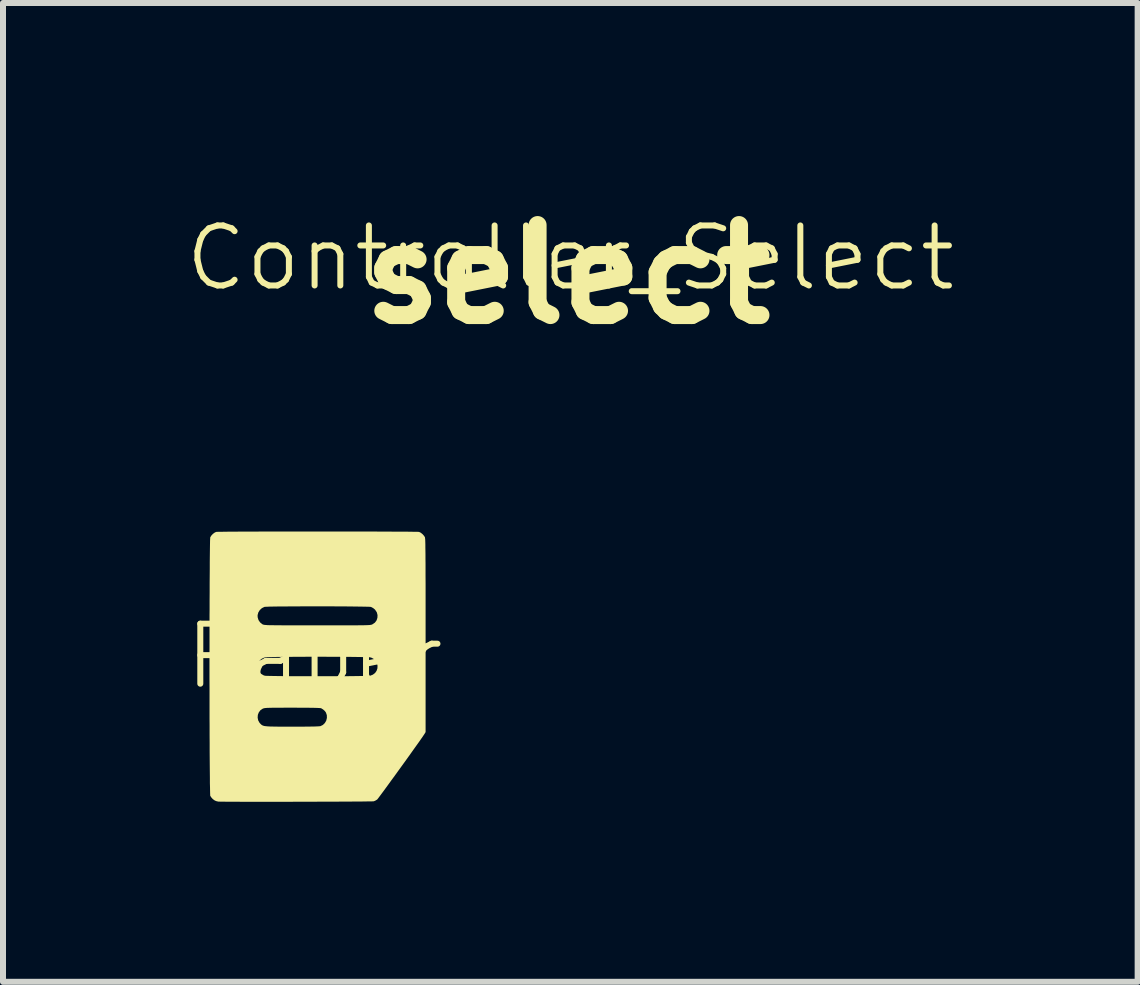
<source format=kicad_pcb>
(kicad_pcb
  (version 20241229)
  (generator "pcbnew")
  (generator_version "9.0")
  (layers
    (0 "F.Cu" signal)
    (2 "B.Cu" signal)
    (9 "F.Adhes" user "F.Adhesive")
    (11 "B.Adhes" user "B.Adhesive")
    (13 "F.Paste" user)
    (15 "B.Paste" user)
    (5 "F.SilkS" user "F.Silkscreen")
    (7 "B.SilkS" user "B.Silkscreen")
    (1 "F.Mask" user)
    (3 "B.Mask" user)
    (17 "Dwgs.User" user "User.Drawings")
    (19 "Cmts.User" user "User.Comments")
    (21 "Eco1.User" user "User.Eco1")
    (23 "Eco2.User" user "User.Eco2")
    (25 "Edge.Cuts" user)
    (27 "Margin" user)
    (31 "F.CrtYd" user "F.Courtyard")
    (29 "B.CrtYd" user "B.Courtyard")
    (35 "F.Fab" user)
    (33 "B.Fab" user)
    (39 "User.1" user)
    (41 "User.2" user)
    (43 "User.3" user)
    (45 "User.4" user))
  (footprint "Controller_Select"
    (layer "F.Cu")
    (at 6.455 1.75)
    (property "Reference" "Controller_Select" (at 0 -0.5 0) (unlocked yes) (layer "F.SilkS") (effects (font (size 1 1) (thickness 0.1))))
    (attr smd)
    (fp_text user "select" (at -3.6 0.65 0) (unlocked yes) (layer "F.SilkS") (effects (font (size 1.5 1.5) (thickness 0.3) (bold yes)) (justify left bottom))))
  (footprint "Paper"
    (layer "F.Cu")
    (at 2.193 8.387)
    (property "Reference" "Paper" (at 0 -0.5 0) (unlocked yes) (layer "F.SilkS") (effects (font (size 1 1) (thickness 0.1))))
    (attr smd)
    (fp_poly (pts (xy 0.203 -2.579) (xy 0.35 -2.579) (xy 0.495 -2.579) (xy 0.637 -2.578) (xy 0.774 -2.578) (xy 0.907 -2.578) (xy 1.033 -2.578) (xy 1.153 -2.577) (xy 1.264 -2.577) (xy 1.366 -2.576) (xy 1.458 -2.576) (xy 1.539 -2.576) (xy 1.608 -2.575) (xy 1.663 -2.574) (xy 1.705 -2.574) (xy 1.731 -2.573) (xy 1.741 -2.572) (xy 1.769 -2.559) (xy 1.799 -2.535) (xy 1.824 -2.507) (xy 1.839 -2.483) (xy 1.84 -2.477) (xy 1.841 -2.466) (xy 1.843 -2.45) (xy 1.844 -2.428) (xy 1.845 -2.398) (xy 1.846 -2.361) (xy 1.846 -2.316) (xy 1.847 -2.261) (xy 1.848 -2.198) (xy 1.848 -2.123) (xy 1.849 -2.038) (xy 1.849 -1.942) (xy 1.849 -1.833) (xy 1.85 -1.71) (xy 1.85 -1.575) (xy 1.85 -1.425) (xy 1.85 -1.26) (xy 1.85 -1.079) (xy 1.85 -0.882) (xy 1.85 -0.845) (xy 1.85 0.764) (xy 1.832 0.794) (xy 1.82 0.812) (xy 1.8 0.842) (xy 1.772 0.882) (xy 1.738 0.931) (xy 1.697 0.988) (xy 1.652 1.051) (xy 1.603 1.12) (xy 1.551 1.193) (xy 1.497 1.268) (xy 1.442 1.344) (xy 1.387 1.42) (xy 1.333 1.495) (xy 1.28 1.567) (xy 1.231 1.635) (xy 1.185 1.698) (xy 1.144 1.754) (xy 1.109 1.801) (xy 1.08 1.84) (xy 1.059 1.868) (xy 1.046 1.884) (xy 1.044 1.887) (xy 1.017 1.904) (xy 0.988 1.917) (xy 0.986 1.917) (xy 0.975 1.918) (xy 0.948 1.919) (xy 0.906 1.919) (xy 0.85 1.92) (xy 0.782 1.921) (xy 0.702 1.921) (xy 0.613 1.922) (xy 0.514 1.923) (xy 0.407 1.923) (xy 0.294 1.924) (xy 0.175 1.924) (xy 0.052 1.924) (xy -0.075 1.925) (xy -0.204 1.925) (xy -0.333 1.925) (xy -0.463 1.926) (xy -0.591 1.926) (xy -0.717 1.926) (xy -0.839 1.926) (xy -0.956 1.926) (xy -1.067 1.926) (xy -1.171 1.926) (xy -1.267 1.925) (xy -1.353 1.925) (xy -1.429 1.925) (xy -1.493 1.924) (xy -1.544 1.924) (xy -1.581 1.923) (xy -1.603 1.922) (xy -1.609 1.922) (xy -1.623 1.918) (xy -1.641 1.914) (xy -1.667 1.902) (xy -1.697 1.88) (xy -1.722 1.852) (xy -1.739 1.826) (xy -1.74 1.814) (xy -1.741 1.786) (xy -1.742 1.743) (xy -1.743 1.685) (xy -1.745 1.614) (xy -1.745 1.53) (xy -1.746 1.434) (xy -1.747 1.328) (xy -1.748 1.211) (xy -1.749 1.085) (xy -1.749 0.952) (xy -1.75 0.81) (xy -1.75 0.663) (xy -1.751 0.524) (xy -0.949 0.524) (xy -0.94 0.569) (xy -0.917 0.61) (xy -0.902 0.626) (xy -0.891 0.637) (xy -0.881 0.645) (xy -0.869 0.652) (xy -0.854 0.658) (xy -0.835 0.663) (xy -0.81 0.666) (xy -0.778 0.669) (xy -0.737 0.671) (xy -0.686 0.672) (xy -0.624 0.673) (xy -0.548 0.674) (xy -0.458 0.674) (xy -0.374 0.674) (xy -0.257 0.674) (xy -0.156 0.673) (xy -0.072 0.672) (xy -0.005 0.671) (xy 0.046 0.669) (xy 0.08 0.667) (xy 0.097 0.665) (xy 0.138 0.645) (xy 0.171 0.613) (xy 0.194 0.573) (xy 0.205 0.528) (xy 0.204 0.482) (xy 0.189 0.438) (xy 0.17 0.412) (xy 0.142 0.387) (xy 0.113 0.369) (xy 0.107 0.366) (xy 0.092 0.364) (xy 0.06 0.362) (xy 0.011 0.36) (xy -0.055 0.359) (xy -0.138 0.358) (xy -0.237 0.358) (xy -0.353 0.357) (xy -0.373 0.357) (xy -0.473 0.357) (xy -0.558 0.358) (xy -0.629 0.358) (xy -0.686 0.358) (xy -0.733 0.359) (xy -0.77 0.36) (xy -0.798 0.361) (xy -0.819 0.363) (xy -0.835 0.365) (xy -0.848 0.368) (xy -0.857 0.371) (xy -0.865 0.374) (xy -0.903 0.4) (xy -0.93 0.436) (xy -0.946 0.478) (xy -0.949 0.524) (xy -1.751 0.524) (xy -1.751 0.51) (xy -1.751 0.352) (xy -1.751 0.191) (xy -1.751 0.027) (xy -1.752 -0.139) (xy -1.752 -0.306) (xy -1.752 -0.337) (xy -0.953 -0.337) (xy -0.945 -0.289) (xy -0.925 -0.245) (xy -0.894 -0.209) (xy -0.854 -0.184) (xy -0.831 -0.176) (xy -0.816 -0.174) (xy -0.786 -0.173) (xy -0.741 -0.172) (xy -0.683 -0.171) (xy -0.614 -0.17) (xy -0.535 -0.169) (xy -0.448 -0.168) (xy -0.354 -0.168) (xy -0.254 -0.167) (xy -0.15 -0.167) (xy -0.044 -0.167) (xy 0.064 -0.167) (xy 0.172 -0.167) (xy 0.278 -0.167) (xy 0.38 -0.167) (xy 0.478 -0.168) (xy 0.571 -0.168) (xy 0.655 -0.169) (xy 0.731 -0.17) (xy 0.796 -0.171) (xy 0.85 -0.172) (xy 0.89 -0.173) (xy 0.916 -0.174) (xy 0.924 -0.175) (xy 0.971 -0.193) (xy 1.008 -0.221) (xy 1.033 -0.257) (xy 1.047 -0.298) (xy 1.049 -0.34) (xy 1.041 -0.382) (xy 1.022 -0.42) (xy 0.991 -0.452) (xy 0.95 -0.475) (xy 0.924 -0.482) (xy 0.909 -0.484) (xy 0.877 -0.485) (xy 0.831 -0.486) (xy 0.773 -0.487) (xy 0.703 -0.488) (xy 0.624 -0.489) (xy 0.536 -0.49) (xy 0.441 -0.491) (xy 0.341 -0.491) (xy 0.237 -0.491) (xy 0.13 -0.492) (xy 0.022 -0.492) (xy -0.085 -0.492) (xy -0.191 -0.491) (xy -0.293 -0.491) (xy -0.391 -0.49) (xy -0.482 -0.49) (xy -0.566 -0.489) (xy -0.64 -0.488) (xy -0.704 -0.487) (xy -0.756 -0.486) (xy -0.795 -0.485) (xy -0.818 -0.483) (xy -0.824 -0.482) (xy -0.856 -0.471) (xy -0.886 -0.455) (xy -0.892 -0.451) (xy -0.917 -0.425) (xy -0.938 -0.39) (xy -0.951 -0.355) (xy -0.953 -0.337) (xy -1.752 -0.337) (xy -1.752 -0.473) (xy -1.751 -0.64) (xy -1.751 -0.804) (xy -1.751 -0.967) (xy -1.751 -1.125) (xy -1.751 -1.185) (xy -0.95 -1.185) (xy -0.949 -1.15) (xy -0.935 -1.103) (xy -0.908 -1.064) (xy -0.873 -1.035) (xy -0.865 -1.031) (xy -0.858 -1.028) (xy -0.851 -1.026) (xy -0.841 -1.024) (xy -0.829 -1.022) (xy -0.812 -1.021) (xy -0.791 -1.019) (xy -0.763 -1.018) (xy -0.728 -1.017) (xy -0.685 -1.017) (xy -0.632 -1.016) (xy -0.57 -1.016) (xy -0.496 -1.015) (xy -0.41 -1.015) (xy -0.311 -1.015) (xy -0.198 -1.015) (xy -0.069 -1.015) (xy 0.049 -1.015) (xy 0.191 -1.015) (xy 0.317 -1.015) (xy 0.428 -1.015) (xy 0.524 -1.015) (xy 0.608 -1.015) (xy 0.679 -1.015) (xy 0.74 -1.016) (xy 0.79 -1.016) (xy 0.831 -1.017) (xy 0.865 -1.018) (xy 0.891 -1.019) (xy 0.912 -1.02) (xy 0.928 -1.022) (xy 0.94 -1.024) (xy 0.948 -1.026) (xy 0.956 -1.028) (xy 0.962 -1.031) (xy 0.965 -1.033) (xy 1.005 -1.06) (xy 1.033 -1.098) (xy 1.047 -1.141) (xy 1.049 -1.186) (xy 1.037 -1.232) (xy 1.01 -1.273) (xy 1.003 -1.281) (xy 0.977 -1.302) (xy 0.948 -1.318) (xy 0.937 -1.322) (xy 0.923 -1.324) (xy 0.893 -1.325) (xy 0.849 -1.326) (xy 0.792 -1.327) (xy 0.723 -1.328) (xy 0.645 -1.329) (xy 0.558 -1.33) (xy 0.464 -1.331) (xy 0.365 -1.331) (xy 0.261 -1.332) (xy 0.154 -1.332) (xy 0.046 -1.332) (xy -0.062 -1.332) (xy -0.169 -1.332) (xy -0.272 -1.331) (xy -0.372 -1.331) (xy -0.465 -1.33) (xy -0.551 -1.33) (xy -0.629 -1.329) (xy -0.696 -1.328) (xy -0.752 -1.327) (xy -0.795 -1.325) (xy -0.823 -1.324) (xy -0.835 -1.323) (xy -0.878 -1.302) (xy -0.913 -1.27) (xy -0.938 -1.23) (xy -0.95 -1.185) (xy -1.751 -1.185) (xy -1.75 -1.28) (xy -1.75 -1.429) (xy -1.749 -1.572) (xy -1.749 -1.707) (xy -1.748 -1.835) (xy -1.747 -1.954) (xy -1.747 -2.064) (xy -1.746 -2.163) (xy -1.745 -2.25) (xy -1.744 -2.324) (xy -1.743 -2.386) (xy -1.742 -2.433) (xy -1.74 -2.465) (xy -1.739 -2.481) (xy -1.739 -2.483) (xy -1.721 -2.511) (xy -1.695 -2.539) (xy -1.665 -2.561) (xy -1.641 -2.572) (xy -1.63 -2.573) (xy -1.602 -2.574) (xy -1.56 -2.574) (xy -1.504 -2.575) (xy -1.434 -2.576) (xy -1.352 -2.576) (xy -1.26 -2.577) (xy -1.157 -2.577) (xy -1.045 -2.577) (xy -0.925 -2.578) (xy -0.798 -2.578) (xy -0.665 -2.578) (xy -0.527 -2.578) (xy -0.385 -2.579) (xy -0.24 -2.579) (xy -0.093 -2.579) (xy 0.055 -2.579)) (stroke (width 0) (type solid)) (fill yes) (layer "F.SilkS")))
  (gr_rect
    (start -3 -3)
    (end 15.91 13.313)
    (stroke (width 0.1) (type default))
    (fill no)
    (layer "Edge.Cuts")))
</source>
